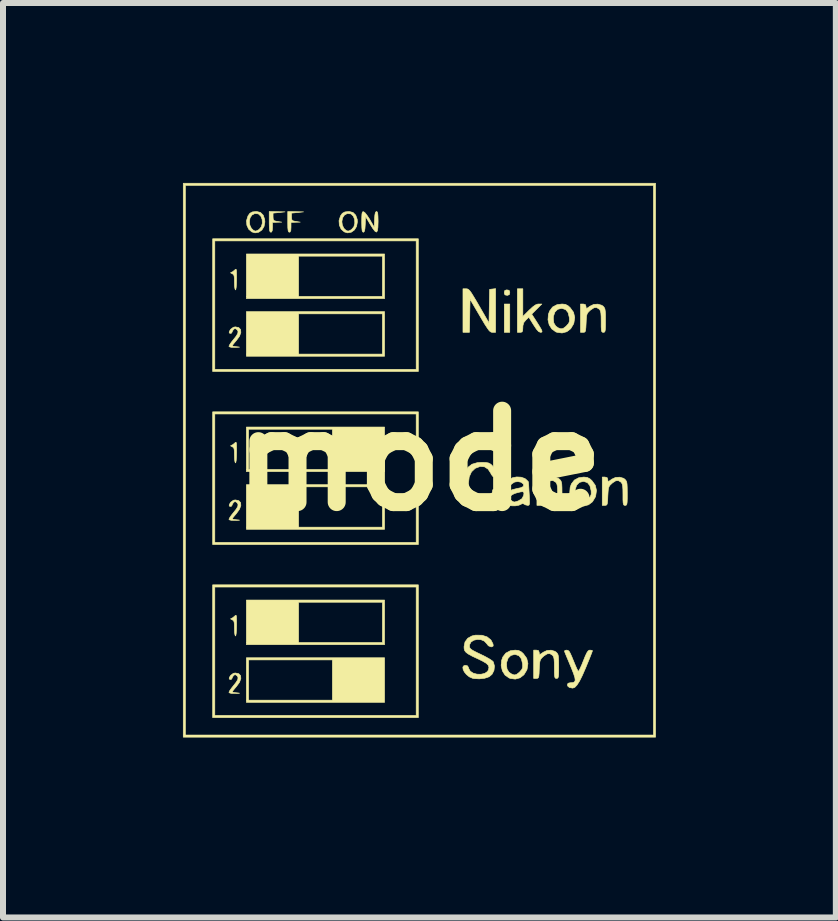
<source format=kicad_pcb>
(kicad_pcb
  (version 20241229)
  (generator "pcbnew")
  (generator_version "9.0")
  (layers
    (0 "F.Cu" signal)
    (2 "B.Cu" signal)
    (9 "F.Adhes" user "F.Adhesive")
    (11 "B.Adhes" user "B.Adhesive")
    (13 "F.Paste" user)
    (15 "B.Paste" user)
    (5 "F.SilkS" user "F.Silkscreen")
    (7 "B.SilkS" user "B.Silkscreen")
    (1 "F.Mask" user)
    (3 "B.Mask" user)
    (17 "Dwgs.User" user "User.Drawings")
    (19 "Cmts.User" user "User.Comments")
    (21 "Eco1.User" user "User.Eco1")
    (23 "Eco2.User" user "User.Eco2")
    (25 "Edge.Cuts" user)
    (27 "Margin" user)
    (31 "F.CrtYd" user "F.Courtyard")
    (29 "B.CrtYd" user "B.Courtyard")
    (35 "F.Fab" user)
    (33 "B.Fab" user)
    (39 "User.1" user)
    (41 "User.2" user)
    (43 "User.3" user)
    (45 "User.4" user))
  (footprint "mode"
    (layer "F.Cu")
    (at 3.942 4.631)
    (property "Reference" "mode" (at 0 0 0) (layer "F.SilkS") (effects (font (size 1.524 1.524) (thickness 0.3))))
    (attr through_hole)
    (fp_poly (pts (xy 1.506 -2.141) (xy 1.415 -2.141) (xy 1.415 -2.613) (xy 1.506 -2.613) (xy 1.506 -2.141)) (stroke (width 0.01) (type solid)) (fill yes) (layer "F.SilkS"))
    (fp_poly (pts (xy -0.581 -2.703) (xy -2.885 -2.703) (xy -2.885 -3.411) (xy -2.014 -3.411) (xy -2.014 -2.74) (xy -0.617 -2.74) (xy -0.617 -3.411) (xy -2.014 -3.411) (xy -2.885 -3.411) (xy -2.885 -3.447) (xy -0.581 -3.447) (xy -0.581 -2.703)) (stroke (width 0.01) (type solid)) (fill yes) (layer "F.SilkS"))
    (fp_poly (pts (xy -0.581 -1.742) (xy -2.885 -1.742) (xy -2.885 -2.449) (xy -2.014 -2.449) (xy -2.014 -1.778) (xy -0.617 -1.778) (xy -0.617 -2.449) (xy -2.014 -2.449) (xy -2.885 -2.449) (xy -2.885 -2.486) (xy -0.581 -2.486) (xy -0.581 -1.742)) (stroke (width 0.01) (type solid)) (fill yes) (layer "F.SilkS"))
    (fp_poly (pts (xy -0.581 0.181) (xy -2.885 0.181) (xy -2.885 -0.526) (xy -2.848 -0.526) (xy -2.848 0.145) (xy -1.451 0.145) (xy -1.451 -0.526) (xy -2.848 -0.526) (xy -2.885 -0.526) (xy -2.885 -0.562) (xy -0.581 -0.562) (xy -0.581 0.181)) (stroke (width 0.01) (type solid)) (fill yes) (layer "F.SilkS"))
    (fp_poly (pts (xy -0.581 1.143) (xy -2.885 1.143) (xy -2.885 0.435) (xy -2.014 0.435) (xy -2.014 1.107) (xy -0.617 1.107) (xy -0.617 0.435) (xy -2.014 0.435) (xy -2.885 0.435) (xy -2.885 0.399) (xy -0.581 0.399) (xy -0.581 1.143)) (stroke (width 0.01) (type solid)) (fill yes) (layer "F.SilkS"))
    (fp_poly (pts (xy -0.581 3.066) (xy -2.885 3.066) (xy -2.885 2.359) (xy -2.014 2.359) (xy -2.014 3.03) (xy -0.617 3.03) (xy -0.617 2.359) (xy -2.014 2.359) (xy -2.885 2.359) (xy -2.885 2.322) (xy -0.581 2.322) (xy -0.581 3.066)) (stroke (width 0.01) (type solid)) (fill yes) (layer "F.SilkS"))
    (fp_poly (pts (xy -0.581 4.028) (xy -2.885 4.028) (xy -2.885 3.32) (xy -2.848 3.32) (xy -2.848 3.991) (xy -1.451 3.991) (xy -1.451 3.32) (xy -2.848 3.32) (xy -2.885 3.32) (xy -2.885 3.284) (xy -0.581 3.284) (xy -0.581 4.028)) (stroke (width 0.01) (type solid)) (fill yes) (layer "F.SilkS"))
    (fp_poly (pts (xy -0.018 -1.488) (xy -3.447 -1.488) (xy -3.447 -3.665) (xy -3.411 -3.665) (xy -3.411 -1.524) (xy -0.054 -1.524) (xy -0.054 -3.665) (xy -3.411 -3.665) (xy -3.447 -3.665) (xy -3.447 -3.701) (xy -0.018 -3.701) (xy -0.018 -1.488)) (stroke (width 0.01) (type solid)) (fill yes) (layer "F.SilkS"))
    (fp_poly (pts (xy -0.018 1.397) (xy -3.447 1.397) (xy -3.447 -0.78) (xy -3.411 -0.78) (xy -3.411 1.361) (xy -0.054 1.361) (xy -0.054 -0.78) (xy -3.411 -0.78) (xy -3.447 -0.78) (xy -3.447 -0.816) (xy -0.018 -0.816) (xy -0.018 1.397)) (stroke (width 0.01) (type solid)) (fill yes) (layer "F.SilkS"))
    (fp_poly (pts (xy -0.018 4.282) (xy -3.447 4.282) (xy -3.447 2.105) (xy -3.411 2.105) (xy -3.411 4.245) (xy -0.054 4.245) (xy -0.054 2.105) (xy -3.411 2.105) (xy -3.447 2.105) (xy -3.447 2.068) (xy -0.018 2.068) (xy -0.018 4.282)) (stroke (width 0.01) (type solid)) (fill yes) (layer "F.SilkS"))
    (fp_poly (pts (xy 3.937 4.608) (xy -3.937 4.608) (xy -3.937 -4.59) (xy -3.901 -4.59) (xy -3.901 4.572) (xy 3.901 4.572) (xy 3.901 -4.59) (xy -3.901 -4.59) (xy -3.937 -4.59) (xy -3.937 -4.626) (xy 3.937 -4.626) (xy 3.937 4.608)) (stroke (width 0.01) (type solid)) (fill yes) (layer "F.SilkS"))
    (fp_poly (pts (xy 1.495 -2.841) (xy 1.506 -2.811) (xy 1.506 -2.803) (xy 1.498 -2.769) (xy 1.469 -2.758) (xy 1.46 -2.758) (xy 1.426 -2.765) (xy 1.415 -2.795) (xy 1.415 -2.803) (xy 1.423 -2.838) (xy 1.452 -2.848) (xy 1.46 -2.848) (xy 1.495 -2.841)) (stroke (width 0.01) (type solid)) (fill yes) (layer "F.SilkS"))
    (fp_poly (pts (xy -2.372 -4.152) (xy -2.241 -4.149) (xy -2.34 -4.138) (xy -2.44 -4.128) (xy -2.44 -4.064) (xy -2.437 -4.023) (xy -2.422 -4.002) (xy -2.384 -3.992) (xy -2.368 -3.989) (xy -2.295 -3.978) (xy -2.372 -3.976) (xy -2.449 -3.973) (xy -2.449 -3.892) (xy -2.453 -3.838) (xy -2.465 -3.813) (xy -2.477 -3.81) (xy -2.489 -3.816) (xy -2.498 -3.839) (xy -2.502 -3.884) (xy -2.504 -3.957) (xy -2.504 -3.982) (xy -2.504 -4.155) (xy -2.372 -4.152)) (stroke (width 0.01) (type solid)) (fill yes) (layer "F.SilkS"))
    (fp_poly (pts (xy -2.064 -4.152) (xy -1.932 -4.149) (xy -2.032 -4.138) (xy -2.132 -4.128) (xy -2.132 -4.064) (xy -2.129 -4.023) (xy -2.114 -4.002) (xy -2.076 -3.992) (xy -2.059 -3.989) (xy -1.987 -3.978) (xy -2.064 -3.976) (xy -2.141 -3.973) (xy -2.141 -3.892) (xy -2.144 -3.838) (xy -2.157 -3.813) (xy -2.168 -3.81) (xy -2.181 -3.816) (xy -2.189 -3.839) (xy -2.194 -3.884) (xy -2.195 -3.957) (xy -2.195 -3.982) (xy -2.195 -4.155) (xy -2.064 -4.152)) (stroke (width 0.01) (type solid)) (fill yes) (layer "F.SilkS"))
    (fp_poly (pts (xy -3.051 -3.178) (xy -3.049 -3.14) (xy -3.048 -3.073) (xy -3.048 -3.03) (xy -3.05 -2.946) (xy -3.055 -2.885) (xy -3.062 -2.852) (xy -3.066 -2.848) (xy -3.075 -2.865) (xy -3.082 -2.91) (xy -3.084 -2.975) (xy -3.084 -2.976) (xy -3.085 -3.044) (xy -3.09 -3.084) (xy -3.102 -3.106) (xy -3.122 -3.119) (xy -3.125 -3.12) (xy -3.148 -3.132) (xy -3.143 -3.138) (xy -3.115 -3.15) (xy -3.084 -3.175) (xy -3.068 -3.19) (xy -3.057 -3.193) (xy -3.051 -3.178)) (stroke (width 0.01) (type solid)) (fill yes) (layer "F.SilkS"))
    (fp_poly (pts (xy -3.051 -0.293) (xy -3.049 -0.255) (xy -3.048 -0.189) (xy -3.048 -0.145) (xy -3.05 -0.061) (xy -3.055 0.000075) (xy -3.062 0.032) (xy -3.066 0.036) (xy -3.075 0.019) (xy -3.082 -0.026) (xy -3.084 -0.091) (xy -3.084 -0.091) (xy -3.085 -0.159) (xy -3.09 -0.2) (xy -3.102 -0.222) (xy -3.122 -0.234) (xy -3.125 -0.235) (xy -3.148 -0.248) (xy -3.143 -0.253) (xy -3.115 -0.266) (xy -3.084 -0.29) (xy -3.068 -0.306) (xy -3.057 -0.308) (xy -3.051 -0.293)) (stroke (width 0.01) (type solid)) (fill yes) (layer "F.SilkS"))
    (fp_poly (pts (xy -3.051 2.591) (xy -3.049 2.63) (xy -3.048 2.696) (xy -3.048 2.74) (xy -3.05 2.824) (xy -3.055 2.885) (xy -3.062 2.917) (xy -3.066 2.921) (xy -3.075 2.904) (xy -3.082 2.859) (xy -3.084 2.794) (xy -3.084 2.793) (xy -3.085 2.726) (xy -3.09 2.685) (xy -3.102 2.663) (xy -3.122 2.651) (xy -3.125 2.649) (xy -3.148 2.637) (xy -3.143 2.632) (xy -3.115 2.619) (xy -3.084 2.594) (xy -3.068 2.579) (xy -3.057 2.576) (xy -3.051 2.591)) (stroke (width 0.01) (type solid)) (fill yes) (layer "F.SilkS"))
    (fp_poly (pts (xy 1.27 -2.141) (xy 1.219 -2.141) (xy 1.199 -2.143) (xy 1.18 -2.153) (xy 1.158 -2.175) (xy 1.13 -2.214) (xy 1.092 -2.272) (xy 1.042 -2.356) (xy 1.006 -2.417) (xy 0.844 -2.693) (xy 0.839 -2.417) (xy 0.834 -2.141) (xy 0.726 -2.141) (xy 0.726 -2.867) (xy 0.778 -2.867) (xy 0.798 -2.865) (xy 0.817 -2.856) (xy 0.838 -2.836) (xy 0.865 -2.8) (xy 0.899 -2.745) (xy 0.946 -2.667) (xy 0.996 -2.581) (xy 1.16 -2.296) (xy 1.17 -2.857) (xy 1.22 -2.863) (xy 1.27 -2.869) (xy 1.27 -2.141)) (stroke (width 0.01) (type solid)) (fill yes) (layer "F.SilkS"))
    (fp_poly (pts (xy 1.724 -2.405) (xy 1.828 -2.509) (xy 1.889 -2.565) (xy 1.935 -2.598) (xy 1.973 -2.612) (xy 1.987 -2.613) (xy 2.041 -2.613) (xy 1.872 -2.444) (xy 1.954 -2.317) (xy 2.001 -2.242) (xy 2.031 -2.191) (xy 2.044 -2.161) (xy 2.042 -2.146) (xy 2.027 -2.141) (xy 2.017 -2.141) (xy 1.988 -2.153) (xy 1.952 -2.192) (xy 1.906 -2.261) (xy 1.902 -2.267) (xy 1.824 -2.393) (xy 1.774 -2.345) (xy 1.739 -2.302) (xy 1.725 -2.25) (xy 1.724 -2.219) (xy 1.721 -2.17) (xy 1.711 -2.147) (xy 1.688 -2.141) (xy 1.678 -2.141) (xy 1.633 -2.141) (xy 1.633 -2.867) (xy 1.724 -2.867) (xy 1.724 -2.405)) (stroke (width 0.01) (type solid)) (fill yes) (layer "F.SilkS"))
    (fp_poly (pts (xy -2.649 -4.139) (xy -2.604 -4.094) (xy -2.58 -4.024) (xy -2.576 -3.981) (xy -2.59 -3.906) (xy -2.626 -3.847) (xy -2.679 -3.81) (xy -2.74 -3.799) (xy -2.794 -3.815) (xy -2.847 -3.861) (xy -2.877 -3.927) (xy -2.881 -3.987) (xy -2.835 -3.987) (xy -2.827 -3.928) (xy -2.801 -3.874) (xy -2.763 -3.838) (xy -2.731 -3.828) (xy -2.702 -3.838) (xy -2.672 -3.856) (xy -2.636 -3.9) (xy -2.619 -3.959) (xy -2.622 -4.022) (xy -2.644 -4.077) (xy -2.683 -4.114) (xy -2.689 -4.116) (xy -2.745 -4.121) (xy -2.791 -4.097) (xy -2.823 -4.05) (xy -2.835 -3.987) (xy -2.881 -3.987) (xy -2.882 -4.004) (xy -2.858 -4.081) (xy -2.827 -4.125) (xy -2.785 -4.148) (xy -2.72 -4.155) (xy -2.712 -4.155) (xy -2.649 -4.139)) (stroke (width 0.01) (type solid)) (fill yes) (layer "F.SilkS"))
    (fp_poly (pts (xy -1.107 -4.139) (xy -1.062 -4.094) (xy -1.037 -4.024) (xy -1.034 -3.981) (xy -1.048 -3.906) (xy -1.084 -3.847) (xy -1.136 -3.81) (xy -1.198 -3.799) (xy -1.252 -3.815) (xy -1.305 -3.861) (xy -1.335 -3.927) (xy -1.339 -3.987) (xy -1.293 -3.987) (xy -1.285 -3.928) (xy -1.259 -3.874) (xy -1.22 -3.838) (xy -1.189 -3.828) (xy -1.16 -3.838) (xy -1.13 -3.856) (xy -1.093 -3.9) (xy -1.077 -3.959) (xy -1.08 -4.022) (xy -1.102 -4.077) (xy -1.14 -4.114) (xy -1.147 -4.116) (xy -1.203 -4.121) (xy -1.249 -4.097) (xy -1.281 -4.05) (xy -1.293 -3.987) (xy -1.339 -3.987) (xy -1.34 -4.004) (xy -1.316 -4.081) (xy -1.285 -4.125) (xy -1.242 -4.148) (xy -1.177 -4.155) (xy -1.17 -4.155) (xy -1.107 -4.139)) (stroke (width 0.01) (type solid)) (fill yes) (layer "F.SilkS"))
    (fp_poly (pts (xy -3.012 -2.22) (xy -2.981 -2.187) (xy -2.977 -2.137) (xy -3 -2.075) (xy -3.048 -2.009) (xy -3.086 -1.964) (xy -3.113 -1.93) (xy -3.121 -1.917) (xy -3.104 -1.909) (xy -3.064 -1.902) (xy -3.043 -1.9) (xy -3.006 -1.896) (xy -2.999 -1.894) (xy -3.025 -1.892) (xy -3.071 -1.89) (xy -3.138 -1.891) (xy -3.171 -1.901) (xy -3.175 -1.908) (xy -3.164 -1.933) (xy -3.136 -1.975) (xy -3.106 -2.013) (xy -3.055 -2.077) (xy -3.028 -2.123) (xy -3.024 -2.156) (xy -3.038 -2.183) (xy -3.042 -2.186) (xy -3.07 -2.204) (xy -3.095 -2.194) (xy -3.117 -2.163) (xy -3.121 -2.148) (xy -3.135 -2.126) (xy -3.148 -2.123) (xy -3.171 -2.13) (xy -3.169 -2.155) (xy -3.147 -2.191) (xy -3.102 -2.225) (xy -3.069 -2.232) (xy -3.012 -2.22)) (stroke (width 0.01) (type solid)) (fill yes) (layer "F.SilkS"))
    (fp_poly (pts (xy -3.012 0.665) (xy -2.981 0.698) (xy -2.977 0.747) (xy -3 0.809) (xy -3.048 0.876) (xy -3.086 0.921) (xy -3.113 0.954) (xy -3.121 0.968) (xy -3.104 0.975) (xy -3.064 0.982) (xy -3.043 0.985) (xy -3.006 0.988) (xy -2.999 0.991) (xy -3.025 0.993) (xy -3.071 0.995) (xy -3.138 0.993) (xy -3.171 0.984) (xy -3.175 0.976) (xy -3.164 0.952) (xy -3.136 0.91) (xy -3.106 0.872) (xy -3.055 0.808) (xy -3.028 0.762) (xy -3.024 0.729) (xy -3.038 0.702) (xy -3.042 0.698) (xy -3.07 0.68) (xy -3.095 0.691) (xy -3.117 0.722) (xy -3.121 0.737) (xy -3.135 0.759) (xy -3.148 0.762) (xy -3.171 0.755) (xy -3.169 0.73) (xy -3.147 0.693) (xy -3.102 0.659) (xy -3.069 0.653) (xy -3.012 0.665)) (stroke (width 0.01) (type solid)) (fill yes) (layer "F.SilkS"))
    (fp_poly (pts (xy -3.012 3.55) (xy -2.981 3.583) (xy -2.977 3.632) (xy -3 3.694) (xy -3.048 3.76) (xy -3.086 3.805) (xy -3.113 3.839) (xy -3.121 3.853) (xy -3.104 3.86) (xy -3.064 3.867) (xy -3.043 3.869) (xy -3.006 3.873) (xy -2.999 3.876) (xy -3.025 3.878) (xy -3.071 3.879) (xy -3.138 3.878) (xy -3.171 3.868) (xy -3.175 3.861) (xy -3.164 3.836) (xy -3.136 3.795) (xy -3.106 3.757) (xy -3.055 3.692) (xy -3.028 3.647) (xy -3.024 3.614) (xy -3.038 3.587) (xy -3.042 3.583) (xy -3.07 3.565) (xy -3.095 3.576) (xy -3.117 3.607) (xy -3.121 3.622) (xy -3.135 3.644) (xy -3.148 3.647) (xy -3.171 3.639) (xy -3.169 3.614) (xy -3.147 3.578) (xy -3.102 3.544) (xy -3.069 3.538) (xy -3.012 3.55)) (stroke (width 0.01) (type solid)) (fill yes) (layer "F.SilkS"))
    (fp_poly (pts (xy -0.703 -4.148) (xy -0.695 -4.124) (xy -0.691 -4.076) (xy -0.689 -3.999) (xy -0.689 -3.982) (xy -0.692 -3.89) (xy -0.7 -3.834) (xy -0.715 -3.812) (xy -0.74 -3.825) (xy -0.776 -3.871) (xy -0.82 -3.941) (xy -0.898 -4.073) (xy -0.903 -3.941) (xy -0.908 -3.87) (xy -0.916 -3.828) (xy -0.929 -3.811) (xy -0.935 -3.81) (xy -0.948 -3.817) (xy -0.956 -3.841) (xy -0.96 -3.888) (xy -0.962 -3.965) (xy -0.962 -3.984) (xy -0.961 -4.064) (xy -0.958 -4.115) (xy -0.952 -4.142) (xy -0.942 -4.152) (xy -0.931 -4.151) (xy -0.907 -4.134) (xy -0.874 -4.092) (xy -0.836 -4.035) (xy -0.826 -4.019) (xy -0.753 -3.892) (xy -0.748 -4.023) (xy -0.743 -4.095) (xy -0.735 -4.136) (xy -0.722 -4.153) (xy -0.716 -4.155) (xy -0.703 -4.148)) (stroke (width 0.01) (type solid)) (fill yes) (layer "F.SilkS"))
    (fp_poly (pts (xy 1.654 3.163) (xy 1.699 3.186) (xy 1.733 3.217) (xy 1.789 3.294) (xy 1.809 3.38) (xy 1.795 3.474) (xy 1.788 3.492) (xy 1.742 3.568) (xy 1.676 3.619) (xy 1.598 3.64) (xy 1.514 3.629) (xy 1.493 3.62) (xy 1.427 3.573) (xy 1.383 3.503) (xy 1.363 3.419) (xy 1.364 3.401) (xy 1.451 3.401) (xy 1.461 3.474) (xy 1.493 3.525) (xy 1.533 3.553) (xy 1.578 3.571) (xy 1.616 3.565) (xy 1.659 3.532) (xy 1.673 3.519) (xy 1.707 3.479) (xy 1.721 3.443) (xy 1.72 3.391) (xy 1.719 3.382) (xy 1.699 3.301) (xy 1.659 3.25) (xy 1.6 3.23) (xy 1.586 3.229) (xy 1.524 3.246) (xy 1.479 3.291) (xy 1.455 3.359) (xy 1.451 3.401) (xy 1.364 3.401) (xy 1.37 3.329) (xy 1.39 3.272) (xy 1.44 3.207) (xy 1.514 3.168) (xy 1.597 3.157) (xy 1.654 3.163)) (stroke (width 0.01) (type solid)) (fill yes) (layer "F.SilkS"))
    (fp_poly (pts (xy 2.434 -2.607) (xy 2.479 -2.583) (xy 2.513 -2.552) (xy 2.569 -2.475) (xy 2.589 -2.39) (xy 2.575 -2.296) (xy 2.568 -2.278) (xy 2.522 -2.201) (xy 2.457 -2.151) (xy 2.378 -2.13) (xy 2.294 -2.141) (xy 2.273 -2.149) (xy 2.207 -2.197) (xy 2.163 -2.267) (xy 2.143 -2.351) (xy 2.145 -2.369) (xy 2.232 -2.369) (xy 2.241 -2.296) (xy 2.273 -2.245) (xy 2.313 -2.216) (xy 2.358 -2.199) (xy 2.396 -2.205) (xy 2.439 -2.237) (xy 2.453 -2.251) (xy 2.488 -2.29) (xy 2.501 -2.327) (xy 2.5 -2.378) (xy 2.499 -2.387) (xy 2.479 -2.468) (xy 2.439 -2.519) (xy 2.38 -2.539) (xy 2.366 -2.54) (xy 2.304 -2.524) (xy 2.259 -2.479) (xy 2.235 -2.41) (xy 2.232 -2.369) (xy 2.145 -2.369) (xy 2.15 -2.441) (xy 2.171 -2.497) (xy 2.22 -2.563) (xy 2.294 -2.602) (xy 2.378 -2.613) (xy 2.434 -2.607)) (stroke (width 0.01) (type solid)) (fill yes) (layer "F.SilkS"))
    (fp_poly (pts (xy 2.797 0.278) (xy 2.842 0.301) (xy 2.876 0.332) (xy 2.932 0.41) (xy 2.952 0.495) (xy 2.938 0.589) (xy 2.931 0.607) (xy 2.885 0.684) (xy 2.819 0.734) (xy 2.741 0.755) (xy 2.657 0.744) (xy 2.636 0.736) (xy 2.57 0.688) (xy 2.526 0.618) (xy 2.506 0.534) (xy 2.507 0.516) (xy 2.594 0.516) (xy 2.604 0.589) (xy 2.636 0.64) (xy 2.676 0.668) (xy 2.721 0.686) (xy 2.759 0.68) (xy 2.802 0.648) (xy 2.816 0.634) (xy 2.85 0.594) (xy 2.864 0.558) (xy 2.863 0.506) (xy 2.862 0.497) (xy 2.842 0.416) (xy 2.802 0.366) (xy 2.743 0.345) (xy 2.729 0.345) (xy 2.667 0.361) (xy 2.622 0.406) (xy 2.598 0.475) (xy 2.594 0.516) (xy 2.507 0.516) (xy 2.513 0.444) (xy 2.533 0.387) (xy 2.583 0.322) (xy 2.657 0.283) (xy 2.74 0.272) (xy 2.797 0.278)) (stroke (width 0.01) (type solid)) (fill yes) (layer "F.SilkS"))
    (fp_poly (pts (xy 1.986 3.165) (xy 1.996 3.193) (xy 2 3.223) (xy 2.006 3.229) (xy 2.027 3.219) (xy 2.061 3.195) (xy 2.063 3.193) (xy 2.125 3.164) (xy 2.195 3.158) (xy 2.259 3.177) (xy 2.283 3.194) (xy 2.3 3.213) (xy 2.312 3.237) (xy 2.318 3.274) (xy 2.321 3.33) (xy 2.322 3.414) (xy 2.322 3.43) (xy 2.322 3.517) (xy 2.32 3.574) (xy 2.315 3.607) (xy 2.306 3.623) (xy 2.293 3.628) (xy 2.286 3.629) (xy 2.269 3.626) (xy 2.259 3.614) (xy 2.253 3.586) (xy 2.25 3.535) (xy 2.25 3.455) (xy 2.25 3.45) (xy 2.249 3.364) (xy 2.245 3.307) (xy 2.237 3.271) (xy 2.223 3.248) (xy 2.217 3.241) (xy 2.174 3.215) (xy 2.13 3.219) (xy 2.077 3.253) (xy 2.064 3.264) (xy 2.035 3.292) (xy 2.017 3.319) (xy 2.007 3.354) (xy 2.002 3.407) (xy 1.998 3.473) (xy 1.995 3.548) (xy 1.99 3.594) (xy 1.982 3.618) (xy 1.968 3.627) (xy 1.948 3.629) (xy 1.905 3.629) (xy 1.905 3.157) (xy 1.95 3.157) (xy 1.986 3.165)) (stroke (width 0.01) (type solid)) (fill yes) (layer "F.SilkS"))
    (fp_poly (pts (xy 2.04 0.281) (xy 2.05 0.308) (xy 2.055 0.338) (xy 2.061 0.345) (xy 2.081 0.335) (xy 2.116 0.31) (xy 2.118 0.308) (xy 2.18 0.279) (xy 2.25 0.274) (xy 2.314 0.292) (xy 2.337 0.309) (xy 2.355 0.329) (xy 2.366 0.353) (xy 2.373 0.389) (xy 2.376 0.446) (xy 2.377 0.53) (xy 2.377 0.545) (xy 2.376 0.632) (xy 2.374 0.689) (xy 2.369 0.723) (xy 2.361 0.739) (xy 2.347 0.744) (xy 2.34 0.744) (xy 2.324 0.741) (xy 2.313 0.729) (xy 2.307 0.701) (xy 2.305 0.651) (xy 2.304 0.57) (xy 2.304 0.565) (xy 2.303 0.48) (xy 2.299 0.423) (xy 2.291 0.387) (xy 2.278 0.364) (xy 2.271 0.357) (xy 2.228 0.331) (xy 2.184 0.334) (xy 2.131 0.368) (xy 2.118 0.38) (xy 2.09 0.407) (xy 2.072 0.434) (xy 2.061 0.469) (xy 2.056 0.523) (xy 2.053 0.588) (xy 2.049 0.663) (xy 2.044 0.709) (xy 2.036 0.733) (xy 2.022 0.742) (xy 2.003 0.744) (xy 1.959 0.744) (xy 1.959 0.272) (xy 2.005 0.272) (xy 2.04 0.281)) (stroke (width 0.01) (type solid)) (fill yes) (layer "F.SilkS"))
    (fp_poly (pts (xy 2.766 -2.604) (xy 2.776 -2.576) (xy 2.78 -2.547) (xy 2.787 -2.54) (xy 2.807 -2.55) (xy 2.841 -2.575) (xy 2.843 -2.576) (xy 2.905 -2.606) (xy 2.975 -2.611) (xy 3.039 -2.592) (xy 3.063 -2.576) (xy 3.08 -2.556) (xy 3.092 -2.532) (xy 3.098 -2.495) (xy 3.102 -2.439) (xy 3.102 -2.355) (xy 3.102 -2.34) (xy 3.102 -2.253) (xy 3.1 -2.195) (xy 3.095 -2.162) (xy 3.087 -2.146) (xy 3.073 -2.141) (xy 3.066 -2.141) (xy 3.05 -2.143) (xy 3.039 -2.155) (xy 3.033 -2.183) (xy 3.03 -2.234) (xy 3.03 -2.314) (xy 3.03 -2.319) (xy 3.029 -2.405) (xy 3.025 -2.462) (xy 3.017 -2.498) (xy 3.004 -2.521) (xy 2.997 -2.528) (xy 2.954 -2.554) (xy 2.91 -2.55) (xy 2.857 -2.516) (xy 2.844 -2.505) (xy 2.815 -2.477) (xy 2.797 -2.451) (xy 2.787 -2.416) (xy 2.782 -2.362) (xy 2.779 -2.297) (xy 2.775 -2.221) (xy 2.77 -2.175) (xy 2.762 -2.151) (xy 2.748 -2.142) (xy 2.729 -2.141) (xy 2.685 -2.141) (xy 2.685 -2.613) (xy 2.731 -2.613) (xy 2.766 -2.604)) (stroke (width 0.01) (type solid)) (fill yes) (layer "F.SilkS"))
    (fp_poly (pts (xy 3.129 0.281) (xy 3.139 0.308) (xy 3.143 0.338) (xy 3.149 0.345) (xy 3.17 0.335) (xy 3.204 0.31) (xy 3.206 0.308) (xy 3.268 0.279) (xy 3.338 0.274) (xy 3.402 0.292) (xy 3.426 0.309) (xy 3.443 0.329) (xy 3.455 0.353) (xy 3.461 0.389) (xy 3.464 0.446) (xy 3.465 0.53) (xy 3.465 0.545) (xy 3.465 0.632) (xy 3.463 0.689) (xy 3.458 0.723) (xy 3.449 0.739) (xy 3.436 0.744) (xy 3.429 0.744) (xy 3.412 0.741) (xy 3.402 0.729) (xy 3.396 0.701) (xy 3.393 0.651) (xy 3.393 0.57) (xy 3.393 0.565) (xy 3.392 0.48) (xy 3.388 0.423) (xy 3.38 0.387) (xy 3.366 0.364) (xy 3.36 0.357) (xy 3.317 0.331) (xy 3.273 0.334) (xy 3.22 0.368) (xy 3.207 0.38) (xy 3.178 0.407) (xy 3.16 0.434) (xy 3.15 0.469) (xy 3.145 0.523) (xy 3.141 0.588) (xy 3.138 0.663) (xy 3.133 0.709) (xy 3.125 0.733) (xy 3.111 0.742) (xy 3.091 0.744) (xy 3.048 0.744) (xy 3.048 0.272) (xy 3.093 0.272) (xy 3.129 0.281)) (stroke (width 0.01) (type solid)) (fill yes) (layer "F.SilkS"))
    (fp_poly (pts (xy 2.876 3.161) (xy 2.885 3.167) (xy 2.878 3.187) (xy 2.86 3.234) (xy 2.833 3.303) (xy 2.798 3.387) (xy 2.775 3.444) (xy 2.718 3.575) (xy 2.67 3.672) (xy 2.627 3.739) (xy 2.59 3.778) (xy 2.556 3.79) (xy 2.553 3.79) (xy 2.517 3.783) (xy 2.499 3.779) (xy 2.473 3.757) (xy 2.467 3.736) (xy 2.477 3.71) (xy 2.512 3.701) (xy 2.52 3.701) (xy 2.561 3.698) (xy 2.587 3.685) (xy 2.597 3.659) (xy 2.591 3.614) (xy 2.569 3.546) (xy 2.532 3.451) (xy 2.521 3.426) (xy 2.486 3.341) (xy 2.455 3.268) (xy 2.432 3.212) (xy 2.42 3.182) (xy 2.419 3.18) (xy 2.425 3.162) (xy 2.453 3.157) (xy 2.475 3.161) (xy 2.494 3.175) (xy 2.514 3.208) (xy 2.539 3.263) (xy 2.566 3.329) (xy 2.596 3.402) (xy 2.622 3.462) (xy 2.641 3.5) (xy 2.648 3.51) (xy 2.66 3.498) (xy 2.681 3.458) (xy 2.708 3.398) (xy 2.732 3.338) (xy 2.765 3.256) (xy 2.79 3.203) (xy 2.81 3.173) (xy 2.829 3.159) (xy 2.844 3.157) (xy 2.876 3.161)) (stroke (width 0.01) (type solid)) (fill yes) (layer "F.SilkS"))
    (fp_poly (pts (xy 1.107 0.029) (xy 1.152 0.037) (xy 1.186 0.055) (xy 1.207 0.073) (xy 1.247 0.119) (xy 1.281 0.177) (xy 1.303 0.231) (xy 1.306 0.253) (xy 1.291 0.268) (xy 1.261 0.272) (xy 1.224 0.262) (xy 1.197 0.226) (xy 1.191 0.211) (xy 1.145 0.14) (xy 1.085 0.101) (xy 1.013 0.095) (xy 0.935 0.124) (xy 0.929 0.127) (xy 0.868 0.185) (xy 0.83 0.269) (xy 0.817 0.379) (xy 0.816 0.391) (xy 0.828 0.501) (xy 0.863 0.586) (xy 0.92 0.643) (xy 0.997 0.671) (xy 1.041 0.674) (xy 1.1 0.667) (xy 1.145 0.639) (xy 1.166 0.618) (xy 1.198 0.571) (xy 1.215 0.526) (xy 1.216 0.517) (xy 1.221 0.485) (xy 1.246 0.473) (xy 1.27 0.472) (xy 1.308 0.475) (xy 1.318 0.492) (xy 1.314 0.522) (xy 1.282 0.606) (xy 1.231 0.678) (xy 1.197 0.709) (xy 1.132 0.738) (xy 1.049 0.752) (xy 0.965 0.748) (xy 0.947 0.744) (xy 0.876 0.712) (xy 0.81 0.656) (xy 0.759 0.586) (xy 0.751 0.568) (xy 0.733 0.497) (xy 0.726 0.406) (xy 0.731 0.311) (xy 0.747 0.226) (xy 0.76 0.189) (xy 0.81 0.109) (xy 0.876 0.058) (xy 0.964 0.032) (xy 1.037 0.027) (xy 1.107 0.029)) (stroke (width 0.01) (type solid)) (fill yes) (layer "F.SilkS"))
    (fp_poly (pts (xy 1.695 0.274) (xy 1.758 0.296) (xy 1.775 0.309) (xy 1.803 0.336) (xy 1.816 0.35) (xy 1.818 0.368) (xy 1.822 0.416) (xy 1.826 0.484) (xy 1.83 0.549) (xy 1.835 0.635) (xy 1.836 0.691) (xy 1.834 0.723) (xy 1.826 0.739) (xy 1.813 0.744) (xy 1.804 0.744) (xy 1.763 0.734) (xy 1.746 0.723) (xy 1.719 0.712) (xy 1.702 0.721) (xy 1.658 0.741) (xy 1.597 0.752) (xy 1.537 0.751) (xy 1.511 0.744) (xy 1.472 0.717) (xy 1.443 0.683) (xy 1.422 0.625) (xy 1.426 0.609) (xy 1.512 0.609) (xy 1.516 0.646) (xy 1.534 0.665) (xy 1.562 0.683) (xy 1.586 0.688) (xy 1.621 0.679) (xy 1.649 0.669) (xy 1.709 0.633) (xy 1.738 0.577) (xy 1.742 0.545) (xy 1.738 0.524) (xy 1.722 0.516) (xy 1.688 0.519) (xy 1.63 0.533) (xy 1.584 0.547) (xy 1.535 0.573) (xy 1.512 0.609) (xy 1.426 0.609) (xy 1.434 0.57) (xy 1.476 0.521) (xy 1.543 0.484) (xy 1.621 0.464) (xy 1.693 0.449) (xy 1.731 0.429) (xy 1.738 0.403) (xy 1.731 0.386) (xy 1.694 0.358) (xy 1.641 0.347) (xy 1.587 0.355) (xy 1.548 0.38) (xy 1.513 0.408) (xy 1.478 0.416) (xy 1.455 0.404) (xy 1.451 0.389) (xy 1.463 0.358) (xy 1.493 0.32) (xy 1.496 0.317) (xy 1.55 0.284) (xy 1.621 0.27) (xy 1.695 0.274)) (stroke (width 0.01) (type solid)) (fill yes) (layer "F.SilkS"))
    (fp_poly (pts (xy 1.044 2.909) (xy 1.128 2.936) (xy 1.189 2.985) (xy 1.199 3) (xy 1.227 3.055) (xy 1.23 3.088) (xy 1.206 3.102) (xy 1.193 3.102) (xy 1.15 3.085) (xy 1.122 3.049) (xy 1.081 3.006) (xy 1.026 2.983) (xy 0.964 2.979) (xy 0.906 2.992) (xy 0.86 3.022) (xy 0.836 3.067) (xy 0.835 3.084) (xy 0.836 3.109) (xy 0.846 3.129) (xy 0.869 3.149) (xy 0.91 3.173) (xy 0.976 3.206) (xy 1.023 3.228) (xy 1.103 3.268) (xy 1.169 3.305) (xy 1.215 3.336) (xy 1.232 3.353) (xy 1.251 3.422) (xy 1.243 3.495) (xy 1.211 3.559) (xy 1.162 3.601) (xy 1.088 3.626) (xy 0.999 3.636) (xy 0.912 3.631) (xy 0.885 3.626) (xy 0.831 3.602) (xy 0.785 3.565) (xy 0.749 3.521) (xy 0.728 3.477) (xy 0.724 3.44) (xy 0.742 3.416) (xy 0.769 3.411) (xy 0.803 3.42) (xy 0.821 3.455) (xy 0.822 3.463) (xy 0.848 3.509) (xy 0.897 3.541) (xy 0.96 3.558) (xy 1.027 3.559) (xy 1.089 3.545) (xy 1.135 3.513) (xy 1.152 3.483) (xy 1.159 3.444) (xy 1.148 3.41) (xy 1.115 3.377) (xy 1.056 3.342) (xy 0.975 3.302) (xy 0.882 3.259) (xy 0.818 3.224) (xy 0.778 3.195) (xy 0.755 3.166) (xy 0.746 3.134) (xy 0.744 3.1) (xy 0.76 3.021) (xy 0.806 2.959) (xy 0.877 2.92) (xy 0.938 2.907) (xy 1.044 2.909)) (stroke (width 0.01) (type solid)) (fill yes) (layer "F.SilkS")))
  (gr_rect
    (start -3 -3)
    (end 10.884 12.245)
    (stroke (width 0.1) (type default))
    (fill no)
    (layer "Edge.Cuts")))
</source>
